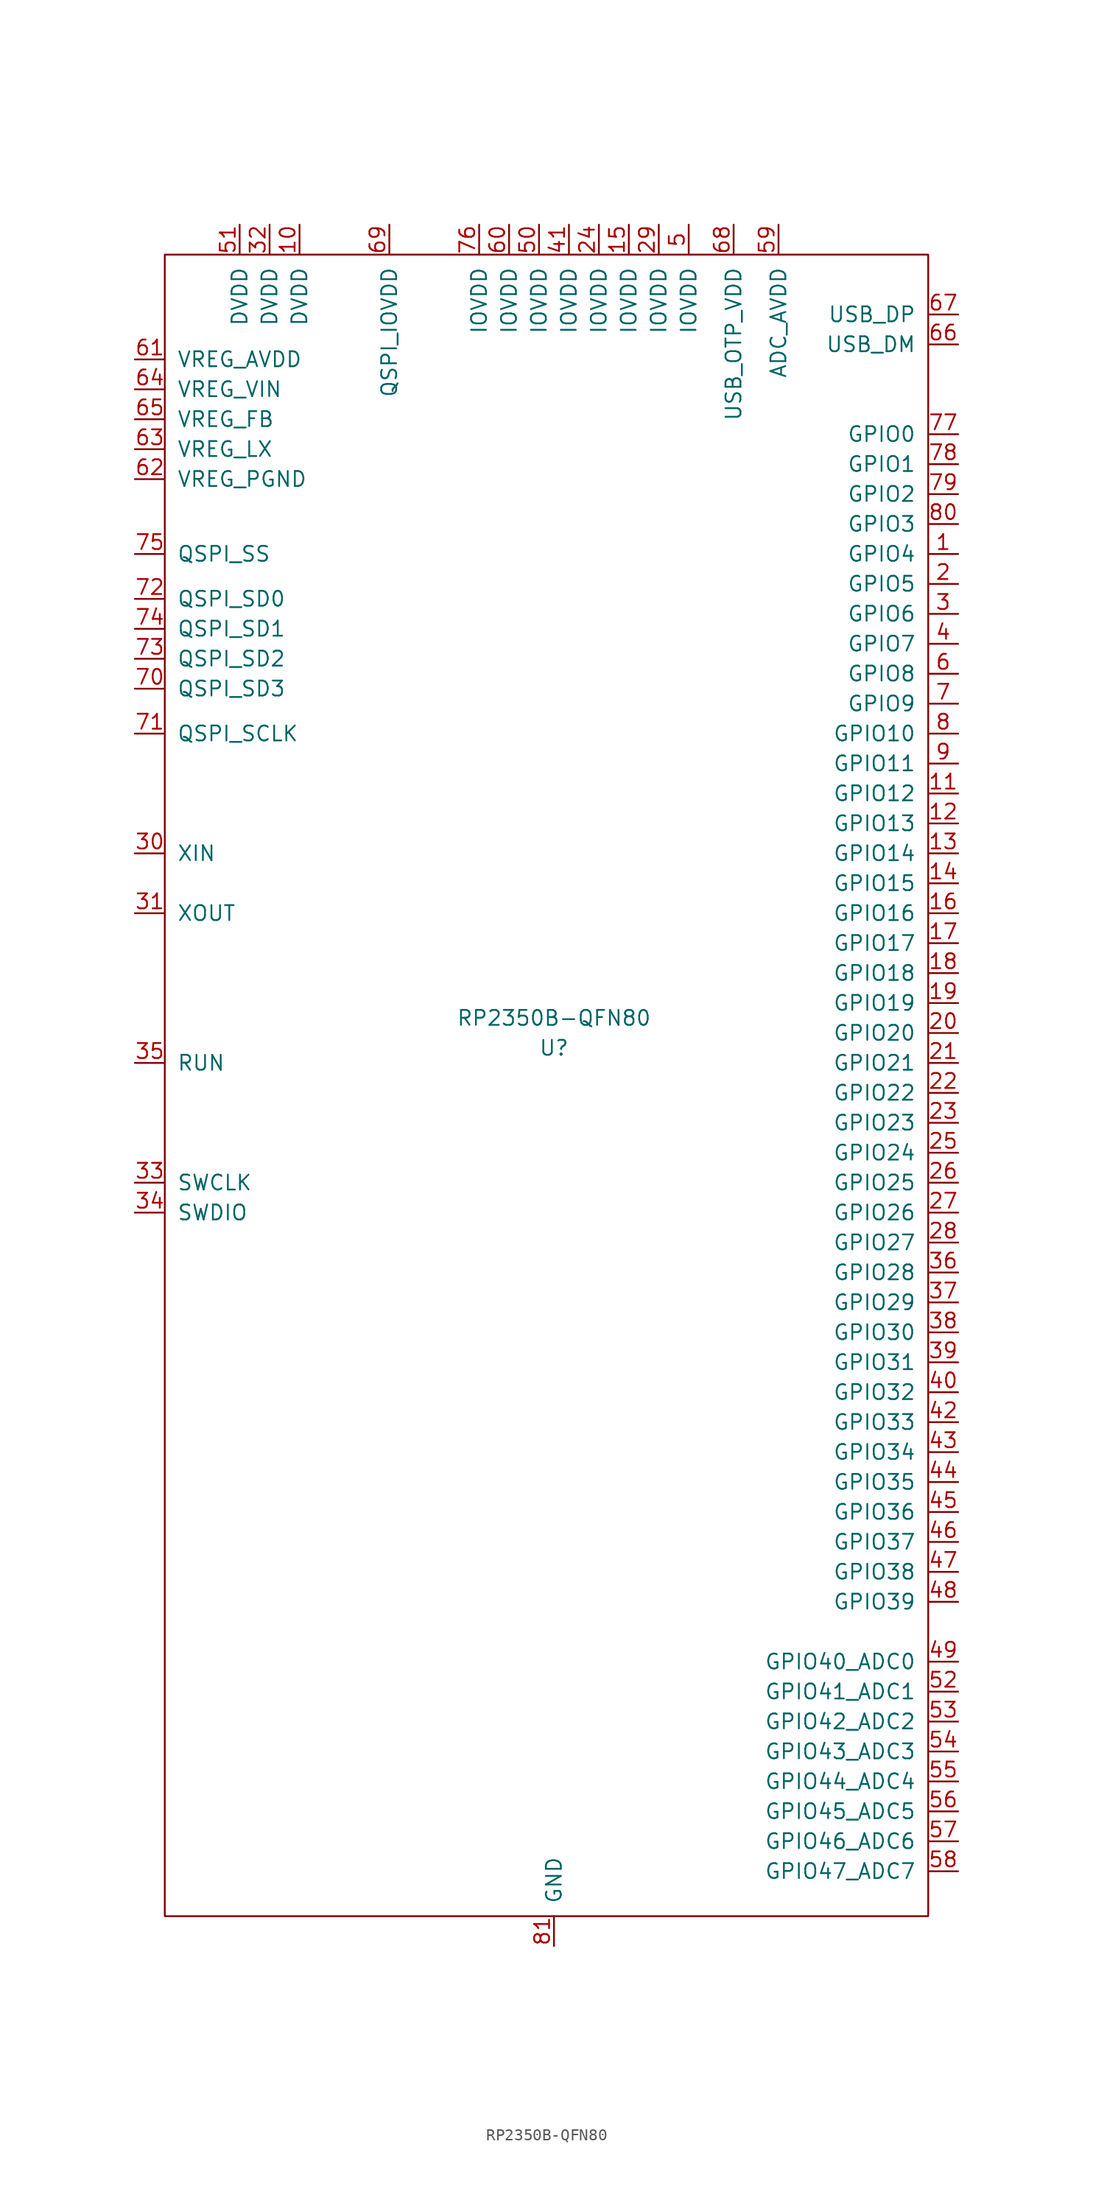
<source format=kicad_sym>
(kicad_symbol_lib
  (version 20241209)
  (generator "kicad_symbol_editor")
  (generator_version "9.0")
  (symbol "RP2350B-QFN80"
    (pin_names
      (offset 1.016))
    (property "Reference" "U"
      (at 0 -1.27 0)
      (effects (font (size 1.27 1.27))))
    (property "Value" "RP2350B-QFN80"
      (at 0 1.27 0)
      (effects (font (size 1.27 1.27))))
    (symbol "RP2350B-QFN80_0_1"
      (rectangle (start 31.75 66.04) (end -33.02 -74.93) (stroke (width 0) (type default)) (fill (type none))))
    (symbol "RP2350B-QFN80_1_0"
      (pin passive line (at 0 -77.47 90) (length 2.54) (name "GND" (effects (font (size 1.27 1.27)))) (number "81" (effects (font (size 1.27 1.27))))))
    (symbol "RP2350B-QFN80_1_1"
      (pin power_in line (at -35.56 57.15 0) (length 2.54) (name "VREG_AVDD" (effects (font (size 1.27 1.27)))) (number "61" (effects (font (size 1.27 1.27)))))
      (pin power_in line (at -35.56 54.61 0) (length 2.54) (name "VREG_VIN" (effects (font (size 1.27 1.27)))) (number "64" (effects (font (size 1.27 1.27)))))
      (pin power_in line (at -35.56 52.07 0) (length 2.54) (name "VREG_FB" (effects (font (size 1.27 1.27)))) (number "65" (effects (font (size 1.27 1.27)))))
      (pin power_out line (at -35.56 49.53 0) (length 2.54) (name "VREG_LX" (effects (font (size 1.27 1.27)))) (number "63" (effects (font (size 1.27 1.27)))))
      (pin passive line (at -35.56 46.99 0) (length 2.54) (name "VREG_PGND" (effects (font (size 1.27 1.27)))) (number "62" (effects (font (size 1.27 1.27)))))
      (pin bidirectional line (at -35.56 40.64 0) (length 2.54) (name "QSPI_SS" (effects (font (size 1.27 1.27)))) (number "75" (effects (font (size 1.27 1.27)))))
      (pin bidirectional line (at -35.56 36.83 0) (length 2.54) (name "QSPI_SD0" (effects (font (size 1.27 1.27)))) (number "72" (effects (font (size 1.27 1.27)))))
      (pin bidirectional line (at -35.56 34.29 0) (length 2.54) (name "QSPI_SD1" (effects (font (size 1.27 1.27)))) (number "74" (effects (font (size 1.27 1.27)))))
      (pin bidirectional line (at -35.56 31.75 0) (length 2.54) (name "QSPI_SD2" (effects (font (size 1.27 1.27)))) (number "73" (effects (font (size 1.27 1.27)))))
      (pin bidirectional line (at -35.56 29.21 0) (length 2.54) (name "QSPI_SD3" (effects (font (size 1.27 1.27)))) (number "70" (effects (font (size 1.27 1.27)))))
      (pin bidirectional line (at -35.56 25.4 0) (length 2.54) (name "QSPI_SCLK" (effects (font (size 1.27 1.27)))) (number "71" (effects (font (size 1.27 1.27)))))
      (pin input line (at -35.56 15.24 0) (length 2.54) (name "XIN" (effects (font (size 1.27 1.27)))) (number "30" (effects (font (size 1.27 1.27)))))
      (pin output line (at -35.56 10.16 0) (length 2.54) (name "XOUT" (effects (font (size 1.27 1.27)))) (number "31" (effects (font (size 1.27 1.27)))))
      (pin input line (at -35.56 -2.54 0) (length 2.54) (name "RUN" (effects (font (size 1.27 1.27)))) (number "35" (effects (font (size 1.27 1.27)))))
      (pin bidirectional line (at -35.56 -12.7 0) (length 2.54) (name "SWCLK" (effects (font (size 1.27 1.27)))) (number "33" (effects (font (size 1.27 1.27)))))
      (pin bidirectional line (at -35.56 -15.24 0) (length 2.54) (name "SWDIO" (effects (font (size 1.27 1.27)))) (number "34" (effects (font (size 1.27 1.27)))))
      (pin power_in line (at -26.67 68.58 270) (length 2.54) (name "DVDD" (effects (font (size 1.27 1.27)))) (number "51" (effects (font (size 1.27 1.27)))))
      (pin power_in line (at -24.13 68.58 270) (length 2.54) (name "DVDD" (effects (font (size 1.27 1.27)))) (number "32" (effects (font (size 1.27 1.27)))))
      (pin power_in line (at -21.59 68.58 270) (length 2.54) (name "DVDD" (effects (font (size 1.27 1.27)))) (number "10" (effects (font (size 1.27 1.27)))))
      (pin bidirectional line (at -13.97 68.58 270) (length 2.54) (name "QSPI_IOVDD" (effects (font (size 1.27 1.27)))) (number "69" (effects (font (size 1.27 1.27)))))
      (pin power_in line (at -6.35 68.58 270) (length 2.54) (name "IOVDD" (effects (font (size 1.27 1.27)))) (number "76" (effects (font (size 1.27 1.27)))))
      (pin power_in line (at -3.81 68.58 270) (length 2.54) (name "IOVDD" (effects (font (size 1.27 1.27)))) (number "60" (effects (font (size 1.27 1.27)))))
      (pin power_in line (at -1.27 68.58 270) (length 2.54) (name "IOVDD" (effects (font (size 1.27 1.27)))) (number "50" (effects (font (size 1.27 1.27)))))
      (pin power_in line (at 1.27 68.58 270) (length 2.54) (name "IOVDD" (effects (font (size 1.27 1.27)))) (number "41" (effects (font (size 1.27 1.27)))))
      (pin power_in line (at 3.81 68.58 270) (length 2.54) (name "IOVDD" (effects (font (size 1.27 1.27)))) (number "24" (effects (font (size 1.27 1.27)))))
      (pin power_in line (at 6.35 68.58 270) (length 2.54) (name "IOVDD" (effects (font (size 1.27 1.27)))) (number "15" (effects (font (size 1.27 1.27)))))
      (pin power_in line (at 8.89 68.58 270) (length 2.54) (name "IOVDD" (effects (font (size 1.27 1.27)))) (number "29" (effects (font (size 1.27 1.27)))))
      (pin power_in line (at 11.43 68.58 270) (length 2.54) (name "IOVDD" (effects (font (size 1.27 1.27)))) (number "5" (effects (font (size 1.27 1.27)))))
      (pin power_in line (at 15.24 68.58 270) (length 2.54) (name "USB_OTP_VDD" (effects (font (size 1.27 1.27)))) (number "68" (effects (font (size 1.27 1.27)))))
      (pin power_in line (at 19.05 68.58 270) (length 2.54) (name "ADC_AVDD" (effects (font (size 1.27 1.27)))) (number "59" (effects (font (size 1.27 1.27)))))
      (pin bidirectional line (at 34.29 60.96 180) (length 2.54) (name "USB_DP" (effects (font (size 1.27 1.27)))) (number "67" (effects (font (size 1.27 1.27)))))
      (pin bidirectional line (at 34.29 58.42 180) (length 2.54) (name "USB_DM" (effects (font (size 1.27 1.27)))) (number "66" (effects (font (size 1.27 1.27)))))
      (pin bidirectional line (at 34.29 50.8 180) (length 2.54) (name "GPIO0" (effects (font (size 1.27 1.27)))) (number "77" (effects (font (size 1.27 1.27)))))
      (pin bidirectional line (at 34.29 48.26 180) (length 2.54) (name "GPIO1" (effects (font (size 1.27 1.27)))) (number "78" (effects (font (size 1.27 1.27)))))
      (pin bidirectional line (at 34.29 45.72 180) (length 2.54) (name "GPIO2" (effects (font (size 1.27 1.27)))) (number "79" (effects (font (size 1.27 1.27)))))
      (pin bidirectional line (at 34.29 43.18 180) (length 2.54) (name "GPIO3" (effects (font (size 1.27 1.27)))) (number "80" (effects (font (size 1.27 1.27)))))
      (pin bidirectional line (at 34.29 40.64 180) (length 2.54) (name "GPIO4" (effects (font (size 1.27 1.27)))) (number "1" (effects (font (size 1.27 1.27)))))
      (pin bidirectional line (at 34.29 38.1 180) (length 2.54) (name "GPIO5" (effects (font (size 1.27 1.27)))) (number "2" (effects (font (size 1.27 1.27)))))
      (pin bidirectional line (at 34.29 35.56 180) (length 2.54) (name "GPIO6" (effects (font (size 1.27 1.27)))) (number "3" (effects (font (size 1.27 1.27)))))
      (pin bidirectional line (at 34.29 33.02 180) (length 2.54) (name "GPIO7" (effects (font (size 1.27 1.27)))) (number "4" (effects (font (size 1.27 1.27)))))
      (pin bidirectional line (at 34.29 30.48 180) (length 2.54) (name "GPIO8" (effects (font (size 1.27 1.27)))) (number "6" (effects (font (size 1.27 1.27)))))
      (pin bidirectional line (at 34.29 27.94 180) (length 2.54) (name "GPIO9" (effects (font (size 1.27 1.27)))) (number "7" (effects (font (size 1.27 1.27)))))
      (pin bidirectional line (at 34.29 25.4 180) (length 2.54) (name "GPIO10" (effects (font (size 1.27 1.27)))) (number "8" (effects (font (size 1.27 1.27)))))
      (pin bidirectional line (at 34.29 22.86 180) (length 2.54) (name "GPIO11" (effects (font (size 1.27 1.27)))) (number "9" (effects (font (size 1.27 1.27)))))
      (pin bidirectional line (at 34.29 20.32 180) (length 2.54) (name "GPIO12" (effects (font (size 1.27 1.27)))) (number "11" (effects (font (size 1.27 1.27)))))
      (pin bidirectional line (at 34.29 17.78 180) (length 2.54) (name "GPIO13" (effects (font (size 1.27 1.27)))) (number "12" (effects (font (size 1.27 1.27)))))
      (pin bidirectional line (at 34.29 15.24 180) (length 2.54) (name "GPIO14" (effects (font (size 1.27 1.27)))) (number "13" (effects (font (size 1.27 1.27)))))
      (pin bidirectional line (at 34.29 12.7 180) (length 2.54) (name "GPIO15" (effects (font (size 1.27 1.27)))) (number "14" (effects (font (size 1.27 1.27)))))
      (pin bidirectional line (at 34.29 10.16 180) (length 2.54) (name "GPIO16" (effects (font (size 1.27 1.27)))) (number "16" (effects (font (size 1.27 1.27)))))
      (pin bidirectional line (at 34.29 7.62 180) (length 2.54) (name "GPIO17" (effects (font (size 1.27 1.27)))) (number "17" (effects (font (size 1.27 1.27)))))
      (pin bidirectional line (at 34.29 5.08 180) (length 2.54) (name "GPIO18" (effects (font (size 1.27 1.27)))) (number "18" (effects (font (size 1.27 1.27)))))
      (pin bidirectional line (at 34.29 2.54 180) (length 2.54) (name "GPIO19" (effects (font (size 1.27 1.27)))) (number "19" (effects (font (size 1.27 1.27)))))
      (pin bidirectional line (at 34.29 0 180) (length 2.54) (name "GPIO20" (effects (font (size 1.27 1.27)))) (number "20" (effects (font (size 1.27 1.27)))))
      (pin bidirectional line (at 34.29 -2.54 180) (length 2.54) (name "GPIO21" (effects (font (size 1.27 1.27)))) (number "21" (effects (font (size 1.27 1.27)))))
      (pin bidirectional line (at 34.29 -5.08 180) (length 2.54) (name "GPIO22" (effects (font (size 1.27 1.27)))) (number "22" (effects (font (size 1.27 1.27)))))
      (pin bidirectional line (at 34.29 -7.62 180) (length 2.54) (name "GPIO23" (effects (font (size 1.27 1.27)))) (number "23" (effects (font (size 1.27 1.27)))))
      (pin bidirectional line (at 34.29 -10.16 180) (length 2.54) (name "GPIO24" (effects (font (size 1.27 1.27)))) (number "25" (effects (font (size 1.27 1.27)))))
      (pin bidirectional line (at 34.29 -12.7 180) (length 2.54) (name "GPIO25" (effects (font (size 1.27 1.27)))) (number "26" (effects (font (size 1.27 1.27)))))
      (pin bidirectional line (at 34.29 -15.24 180) (length 2.54) (name "GPIO26" (effects (font (size 1.27 1.27)))) (number "27" (effects (font (size 1.27 1.27)))))
      (pin bidirectional line (at 34.29 -17.78 180) (length 2.54) (name "GPIO27" (effects (font (size 1.27 1.27)))) (number "28" (effects (font (size 1.27 1.27)))))
      (pin bidirectional line (at 34.29 -20.32 180) (length 2.54) (name "GPIO28" (effects (font (size 1.27 1.27)))) (number "36" (effects (font (size 1.27 1.27)))))
      (pin bidirectional line (at 34.29 -22.86 180) (length 2.54) (name "GPIO29" (effects (font (size 1.27 1.27)))) (number "37" (effects (font (size 1.27 1.27)))))
      (pin bidirectional line (at 34.29 -25.4 180) (length 2.54) (name "GPIO30" (effects (font (size 1.27 1.27)))) (number "38" (effects (font (size 1.27 1.27)))))
      (pin bidirectional line (at 34.29 -27.94 180) (length 2.54) (name "GPIO31" (effects (font (size 1.27 1.27)))) (number "39" (effects (font (size 1.27 1.27)))))
      (pin bidirectional line (at 34.29 -30.48 180) (length 2.54) (name "GPIO32" (effects (font (size 1.27 1.27)))) (number "40" (effects (font (size 1.27 1.27)))))
      (pin bidirectional line (at 34.29 -33.02 180) (length 2.54) (name "GPIO33" (effects (font (size 1.27 1.27)))) (number "42" (effects (font (size 1.27 1.27)))))
      (pin bidirectional line (at 34.29 -35.56 180) (length 2.54) (name "GPIO34" (effects (font (size 1.27 1.27)))) (number "43" (effects (font (size 1.27 1.27)))))
      (pin bidirectional line (at 34.29 -38.1 180) (length 2.54) (name "GPIO35" (effects (font (size 1.27 1.27)))) (number "44" (effects (font (size 1.27 1.27)))))
      (pin bidirectional line (at 34.29 -40.64 180) (length 2.54) (name "GPIO36" (effects (font (size 1.27 1.27)))) (number "45" (effects (font (size 1.27 1.27)))))
      (pin bidirectional line (at 34.29 -43.18 180) (length 2.54) (name "GPIO37" (effects (font (size 1.27 1.27)))) (number "46" (effects (font (size 1.27 1.27)))))
      (pin bidirectional line (at 34.29 -45.72 180) (length 2.54) (name "GPIO38" (effects (font (size 1.27 1.27)))) (number "47" (effects (font (size 1.27 1.27)))))
      (pin bidirectional line (at 34.29 -48.26 180) (length 2.54) (name "GPIO39" (effects (font (size 1.27 1.27)))) (number "48" (effects (font (size 1.27 1.27)))))
      (pin bidirectional line (at 34.29 -53.34 180) (length 2.54) (name "GPIO40_ADC0" (effects (font (size 1.27 1.27)))) (number "49" (effects (font (size 1.27 1.27)))))
      (pin bidirectional line (at 34.29 -55.88 180) (length 2.54) (name "GPIO41_ADC1" (effects (font (size 1.27 1.27)))) (number "52" (effects (font (size 1.27 1.27)))))
      (pin bidirectional line (at 34.29 -58.42 180) (length 2.54) (name "GPIO42_ADC2" (effects (font (size 1.27 1.27)))) (number "53" (effects (font (size 1.27 1.27)))))
      (pin bidirectional line (at 34.29 -60.96 180) (length 2.54) (name "GPIO43_ADC3" (effects (font (size 1.27 1.27)))) (number "54" (effects (font (size 1.27 1.27)))))
      (pin bidirectional line (at 34.29 -63.5 180) (length 2.54) (name "GPIO44_ADC4" (effects (font (size 1.27 1.27)))) (number "55" (effects (font (size 1.27 1.27)))))
      (pin bidirectional line (at 34.29 -66.04 180) (length 2.54) (name "GPIO45_ADC5" (effects (font (size 1.27 1.27)))) (number "56" (effects (font (size 1.27 1.27)))))
      (pin bidirectional line (at 34.29 -68.58 180) (length 2.54) (name "GPIO46_ADC6" (effects (font (size 1.27 1.27)))) (number "57" (effects (font (size 1.27 1.27)))))
      (pin bidirectional line (at 34.29 -71.12 180) (length 2.54) (name "GPIO47_ADC7" (effects (font (size 1.27 1.27)))) (number "58" (effects (font (size 1.27 1.27))))))))
</source>
